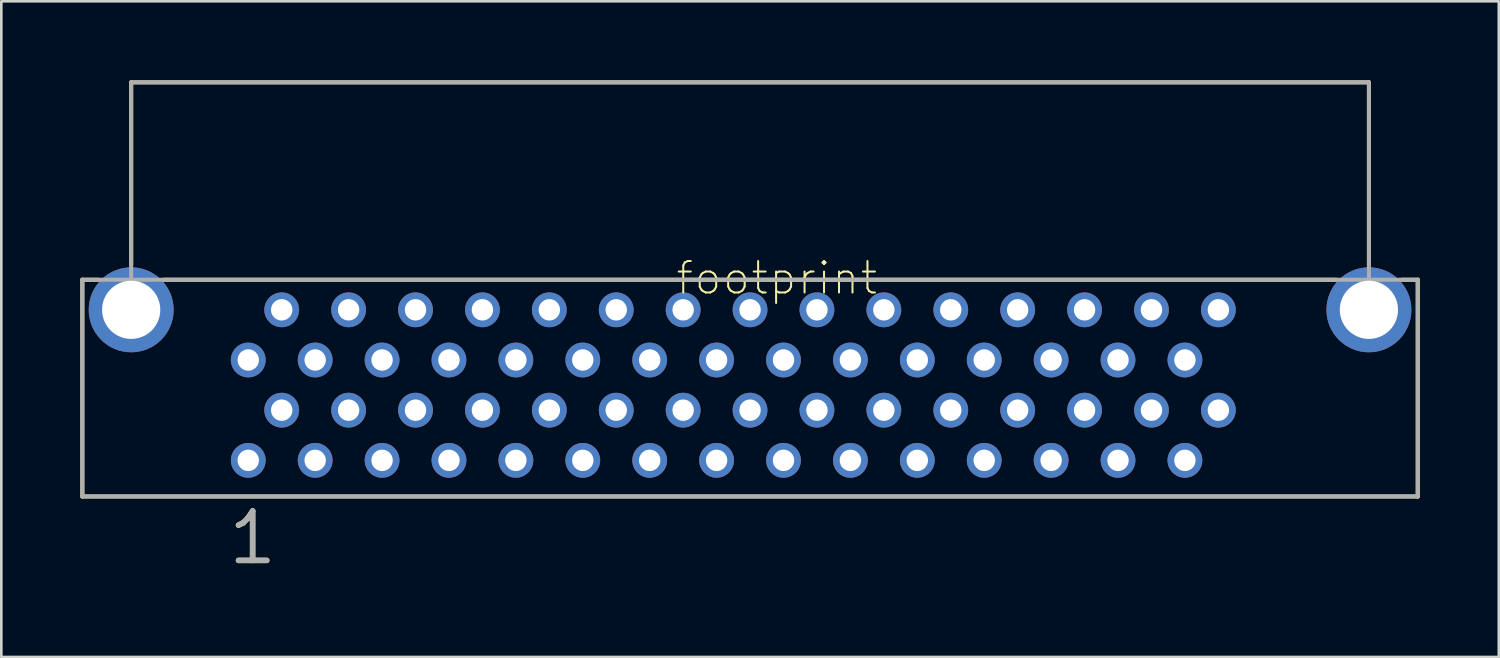
<source format=kicad_pcb>
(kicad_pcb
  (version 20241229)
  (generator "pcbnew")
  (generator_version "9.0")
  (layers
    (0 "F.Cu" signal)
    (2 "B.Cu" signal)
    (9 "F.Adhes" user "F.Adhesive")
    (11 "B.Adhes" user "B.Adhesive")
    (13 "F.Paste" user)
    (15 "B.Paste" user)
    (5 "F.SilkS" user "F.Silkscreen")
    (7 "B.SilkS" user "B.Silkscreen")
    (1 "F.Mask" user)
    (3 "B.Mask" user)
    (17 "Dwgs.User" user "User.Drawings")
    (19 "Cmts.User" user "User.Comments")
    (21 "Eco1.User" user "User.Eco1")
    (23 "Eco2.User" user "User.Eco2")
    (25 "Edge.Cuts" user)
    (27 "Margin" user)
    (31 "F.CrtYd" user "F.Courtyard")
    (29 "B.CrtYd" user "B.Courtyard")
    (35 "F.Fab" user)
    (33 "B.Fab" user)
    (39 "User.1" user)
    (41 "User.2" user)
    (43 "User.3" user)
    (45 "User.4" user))
  (footprint "footprint"
    (layer "F.Cu")
    (at 25.425 7.569)
    (property "Reference" "footprint" (at -2.87 0.635 0) (layer "F.SilkS") (effects (font (size 1.194 1.194) (thickness 0.076)) (justify left bottom)))
    (fp_line (start -25.349 0) (end -25.349 8.23) (stroke (width 0.152) (type solid)) (layer "F.SilkS"))
    (fp_line (start -25.349 8.23) (end 25.349 8.23) (stroke (width 0.152) (type solid)) (layer "F.SilkS"))
    (fp_line (start -24.74 0) (end -25.349 0) (stroke (width 0.152) (type solid)) (layer "F.SilkS"))
    (fp_line (start -23.495 -7.493) (end -23.495 -0.559) (stroke (width 0.152) (type solid)) (layer "F.SilkS"))
    (fp_line (start -22.25 0) (end 22.25 0) (stroke (width 0.152) (type solid)) (layer "F.SilkS"))
    (fp_line (start 23.495 -7.493) (end -23.495 -7.493) (stroke (width 0.152) (type solid)) (layer "F.SilkS"))
    (fp_line (start 23.495 -0.559) (end 23.495 -7.493) (stroke (width 0.152) (type solid)) (layer "F.SilkS"))
    (fp_line (start 25.349 0) (end 24.74 0) (stroke (width 0.152) (type solid)) (layer "F.SilkS"))
    (fp_line (start 25.349 8.23) (end 25.349 0) (stroke (width 0.152) (type solid)) (layer "F.SilkS"))
    (fp_line (start -25.349 0) (end -25.349 8.23) (stroke (width 0.152) (type solid)) (layer "F.Fab"))
    (fp_line (start -25.349 0) (end -23.495 0) (stroke (width 0.152) (type solid)) (layer "F.Fab"))
    (fp_line (start -25.349 8.23) (end 25.349 8.23) (stroke (width 0.152) (type solid)) (layer "F.Fab"))
    (fp_line (start -23.495 -7.493) (end -23.495 0) (stroke (width 0.152) (type solid)) (layer "F.Fab"))
    (fp_line (start -23.495 0) (end 23.495 0) (stroke (width 0.152) (type solid)) (layer "F.Fab"))
    (fp_line (start 23.495 -7.493) (end -23.495 -7.493) (stroke (width 0.152) (type solid)) (layer "F.Fab"))
    (fp_line (start 23.495 0) (end 23.495 -7.493) (stroke (width 0.152) (type solid)) (layer "F.Fab"))
    (fp_line (start 25.349 0) (end 23.495 0) (stroke (width 0.152) (type solid)) (layer "F.Fab"))
    (fp_line (start 25.349 8.23) (end 25.349 0) (stroke (width 0.152) (type solid)) (layer "F.Fab"))
    (fp_text user "1" (at -19.914 10.897 0) (layer "F.SilkS") (effects (font (size 1.875 1.875) (thickness 0.208)) (justify left bottom)))
    (fp_text user "1" (at -19.914 10.897 0) (layer "F.Fab") (effects (font (size 1.875 1.875) (thickness 0.208)) (justify left bottom)))
    (pad "1" thru_hole circle (at -19.05 6.858) (size 1.321 1.321) (drill 0.813) (layers "*.Cu" "*.Mask"))
    (pad "2" thru_hole circle (at -17.78 4.953) (size 1.321 1.321) (drill 0.813) (layers "*.Cu" "*.Mask"))
    (pad "3" thru_hole circle (at -16.51 6.858) (size 1.321 1.321) (drill 0.813) (layers "*.Cu" "*.Mask"))
    (pad "4" thru_hole circle (at -15.24 4.953) (size 1.321 1.321) (drill 0.813) (layers "*.Cu" "*.Mask"))
    (pad "5" thru_hole circle (at -13.97 6.858) (size 1.321 1.321) (drill 0.813) (layers "*.Cu" "*.Mask"))
    (pad "6" thru_hole circle (at -12.7 4.953) (size 1.321 1.321) (drill 0.813) (layers "*.Cu" "*.Mask"))
    (pad "7" thru_hole circle (at -11.43 6.858) (size 1.321 1.321) (drill 0.813) (layers "*.Cu" "*.Mask"))
    (pad "8" thru_hole circle (at -10.16 4.953) (size 1.321 1.321) (drill 0.813) (layers "*.Cu" "*.Mask"))
    (pad "9" thru_hole circle (at -8.89 6.858) (size 1.321 1.321) (drill 0.813) (layers "*.Cu" "*.Mask"))
    (pad "10" thru_hole circle (at -7.62 4.953) (size 1.321 1.321) (drill 0.813) (layers "*.Cu" "*.Mask"))
    (pad "11" thru_hole circle (at -6.35 6.858) (size 1.321 1.321) (drill 0.813) (layers "*.Cu" "*.Mask"))
    (pad "12" thru_hole circle (at -5.08 4.953) (size 1.321 1.321) (drill 0.813) (layers "*.Cu" "*.Mask"))
    (pad "13" thru_hole circle (at -3.81 6.858) (size 1.321 1.321) (drill 0.813) (layers "*.Cu" "*.Mask"))
    (pad "14" thru_hole circle (at -2.54 4.953) (size 1.321 1.321) (drill 0.813) (layers "*.Cu" "*.Mask"))
    (pad "15" thru_hole circle (at -1.27 6.858) (size 1.321 1.321) (drill 0.813) (layers "*.Cu" "*.Mask"))
    (pad "16" thru_hole circle (at 0 4.953) (size 1.321 1.321) (drill 0.813) (layers "*.Cu" "*.Mask"))
    (pad "17" thru_hole circle (at 1.27 6.858) (size 1.321 1.321) (drill 0.813) (layers "*.Cu" "*.Mask"))
    (pad "18" thru_hole circle (at 2.54 4.953) (size 1.321 1.321) (drill 0.813) (layers "*.Cu" "*.Mask"))
    (pad "19" thru_hole circle (at 3.81 6.858) (size 1.321 1.321) (drill 0.813) (layers "*.Cu" "*.Mask"))
    (pad "20" thru_hole circle (at 5.08 4.953) (size 1.321 1.321) (drill 0.813) (layers "*.Cu" "*.Mask"))
    (pad "21" thru_hole circle (at 6.35 6.858) (size 1.321 1.321) (drill 0.813) (layers "*.Cu" "*.Mask"))
    (pad "22" thru_hole circle (at 7.62 4.953) (size 1.321 1.321) (drill 0.813) (layers "*.Cu" "*.Mask"))
    (pad "23" thru_hole circle (at 8.89 6.858) (size 1.321 1.321) (drill 0.813) (layers "*.Cu" "*.Mask"))
    (pad "24" thru_hole circle (at 10.16 4.953) (size 1.321 1.321) (drill 0.813) (layers "*.Cu" "*.Mask"))
    (pad "25" thru_hole circle (at 11.43 6.858) (size 1.321 1.321) (drill 0.813) (layers "*.Cu" "*.Mask"))
    (pad "26" thru_hole circle (at 12.7 4.953) (size 1.321 1.321) (drill 0.813) (layers "*.Cu" "*.Mask"))
    (pad "27" thru_hole circle (at 13.97 6.858) (size 1.321 1.321) (drill 0.813) (layers "*.Cu" "*.Mask"))
    (pad "28" thru_hole circle (at 15.24 4.953) (size 1.321 1.321) (drill 0.813) (layers "*.Cu" "*.Mask"))
    (pad "29" thru_hole circle (at 16.51 6.858) (size 1.321 1.321) (drill 0.813) (layers "*.Cu" "*.Mask"))
    (pad "30" thru_hole circle (at 17.78 4.953) (size 1.321 1.321) (drill 0.813) (layers "*.Cu" "*.Mask"))
    (pad "31" thru_hole circle (at -19.05 3.048) (size 1.321 1.321) (drill 0.813) (layers "*.Cu" "*.Mask"))
    (pad "32" thru_hole circle (at -17.78 1.143) (size 1.321 1.321) (drill 0.813) (layers "*.Cu" "*.Mask"))
    (pad "33" thru_hole circle (at -16.51 3.048) (size 1.321 1.321) (drill 0.813) (layers "*.Cu" "*.Mask"))
    (pad "34" thru_hole circle (at -15.24 1.143) (size 1.321 1.321) (drill 0.813) (layers "*.Cu" "*.Mask"))
    (pad "35" thru_hole circle (at -13.97 3.048) (size 1.321 1.321) (drill 0.813) (layers "*.Cu" "*.Mask"))
    (pad "36" thru_hole circle (at -12.7 1.143) (size 1.321 1.321) (drill 0.813) (layers "*.Cu" "*.Mask"))
    (pad "37" thru_hole circle (at -11.43 3.048) (size 1.321 1.321) (drill 0.813) (layers "*.Cu" "*.Mask"))
    (pad "38" thru_hole circle (at -10.16 1.143) (size 1.321 1.321) (drill 0.813) (layers "*.Cu" "*.Mask"))
    (pad "39" thru_hole circle (at -8.89 3.048) (size 1.321 1.321) (drill 0.813) (layers "*.Cu" "*.Mask"))
    (pad "40" thru_hole circle (at -7.62 1.143) (size 1.321 1.321) (drill 0.813) (layers "*.Cu" "*.Mask"))
    (pad "41" thru_hole circle (at -6.35 3.048) (size 1.321 1.321) (drill 0.813) (layers "*.Cu" "*.Mask"))
    (pad "42" thru_hole circle (at -5.08 1.143) (size 1.321 1.321) (drill 0.813) (layers "*.Cu" "*.Mask"))
    (pad "43" thru_hole circle (at -3.81 3.048) (size 1.321 1.321) (drill 0.813) (layers "*.Cu" "*.Mask"))
    (pad "44" thru_hole circle (at -2.54 1.143) (size 1.321 1.321) (drill 0.813) (layers "*.Cu" "*.Mask"))
    (pad "45" thru_hole circle (at -1.27 3.048) (size 1.321 1.321) (drill 0.813) (layers "*.Cu" "*.Mask"))
    (pad "46" thru_hole circle (at 0 1.143) (size 1.321 1.321) (drill 0.813) (layers "*.Cu" "*.Mask"))
    (pad "47" thru_hole circle (at 1.27 3.048) (size 1.321 1.321) (drill 0.813) (layers "*.Cu" "*.Mask"))
    (pad "48" thru_hole circle (at 2.54 1.143) (size 1.321 1.321) (drill 0.813) (layers "*.Cu" "*.Mask"))
    (pad "49" thru_hole circle (at 3.81 3.048) (size 1.321 1.321) (drill 0.813) (layers "*.Cu" "*.Mask"))
    (pad "50" thru_hole circle (at 5.08 1.143) (size 1.321 1.321) (drill 0.813) (layers "*.Cu" "*.Mask"))
    (pad "51" thru_hole circle (at 6.35 3.048) (size 1.321 1.321) (drill 0.813) (layers "*.Cu" "*.Mask"))
    (pad "52" thru_hole circle (at 7.62 1.143) (size 1.321 1.321) (drill 0.813) (layers "*.Cu" "*.Mask"))
    (pad "53" thru_hole circle (at 8.89 3.048) (size 1.321 1.321) (drill 0.813) (layers "*.Cu" "*.Mask"))
    (pad "54" thru_hole circle (at 10.16 1.143) (size 1.321 1.321) (drill 0.813) (layers "*.Cu" "*.Mask"))
    (pad "55" thru_hole circle (at 11.43 3.048) (size 1.321 1.321) (drill 0.813) (layers "*.Cu" "*.Mask"))
    (pad "56" thru_hole circle (at 12.7 1.143) (size 1.321 1.321) (drill 0.813) (layers "*.Cu" "*.Mask"))
    (pad "57" thru_hole circle (at 13.97 3.048) (size 1.321 1.321) (drill 0.813) (layers "*.Cu" "*.Mask"))
    (pad "58" thru_hole circle (at 15.24 1.143) (size 1.321 1.321) (drill 0.813) (layers "*.Cu" "*.Mask"))
    (pad "59" thru_hole circle (at 16.51 3.048) (size 1.321 1.321) (drill 0.813) (layers "*.Cu" "*.Mask"))
    (pad "60" thru_hole circle (at 17.78 1.143) (size 1.321 1.321) (drill 0.813) (layers "*.Cu" "*.Mask"))
    (pad "61" thru_hole circle (at -23.495 1.143) (size 3.226 3.226) (drill 2.21) (layers "*.Cu" "*.Mask"))
    (pad "62" thru_hole circle (at 23.495 1.143) (size 3.226 3.226) (drill 2.21) (layers "*.Cu" "*.Mask")))
  (gr_rect
    (start -3 -3)
    (end 53.851 21.891)
    (stroke (width 0.1) (type default))
    (fill no)
    (layer "Edge.Cuts")))
</source>
